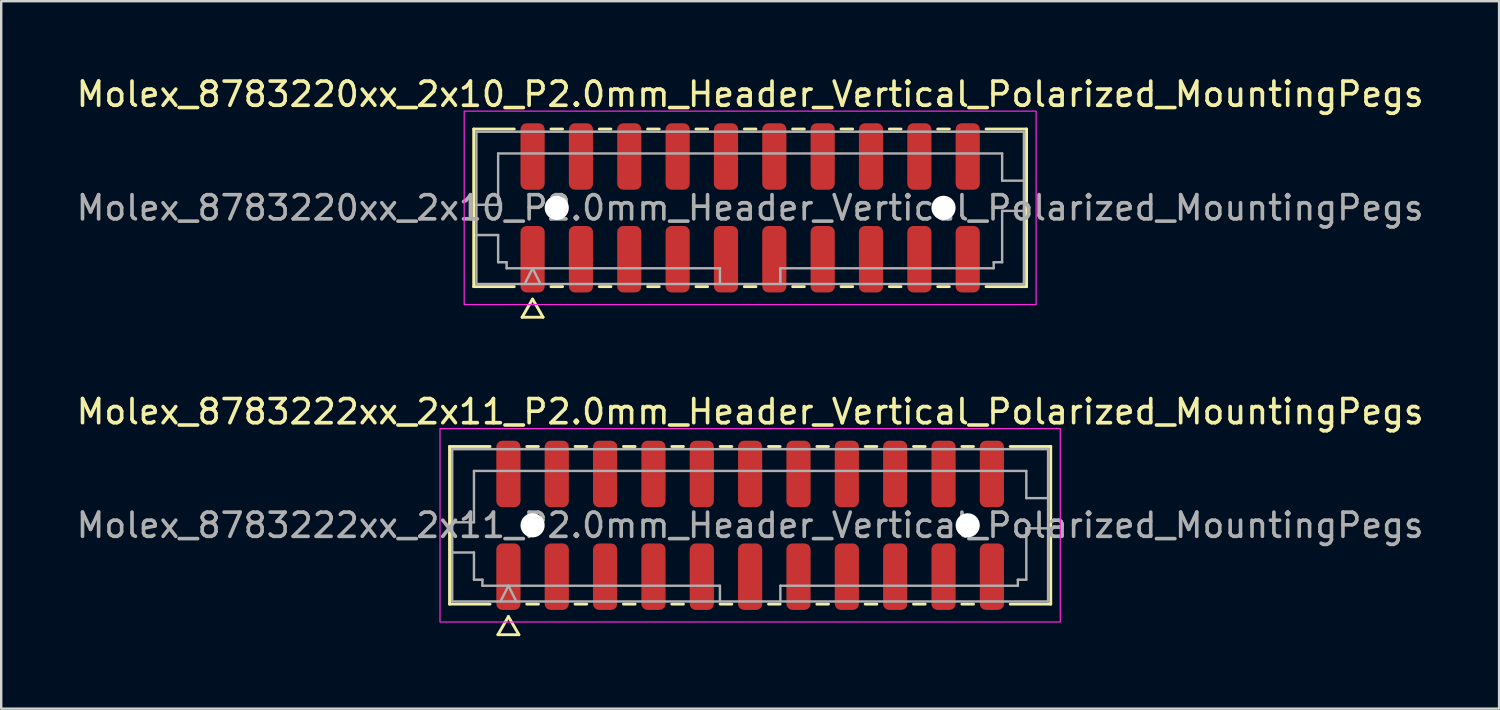
<source format=kicad_pcb>
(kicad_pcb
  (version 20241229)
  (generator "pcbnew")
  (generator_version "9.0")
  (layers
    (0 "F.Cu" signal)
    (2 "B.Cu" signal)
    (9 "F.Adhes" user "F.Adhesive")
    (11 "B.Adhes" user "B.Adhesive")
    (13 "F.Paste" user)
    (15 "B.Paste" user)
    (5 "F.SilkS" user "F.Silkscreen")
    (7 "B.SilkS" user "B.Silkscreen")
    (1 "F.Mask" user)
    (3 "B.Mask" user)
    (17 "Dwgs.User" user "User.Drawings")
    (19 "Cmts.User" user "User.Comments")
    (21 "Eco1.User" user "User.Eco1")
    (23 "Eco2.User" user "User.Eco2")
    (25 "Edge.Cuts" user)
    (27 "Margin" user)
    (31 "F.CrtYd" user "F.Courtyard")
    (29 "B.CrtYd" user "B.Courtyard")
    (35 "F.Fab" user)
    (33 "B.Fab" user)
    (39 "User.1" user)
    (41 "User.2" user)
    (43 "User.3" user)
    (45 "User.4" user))
  (footprint "Molex_8783222xx_2x11_P2.0mm_Header_Vertical_Polarized_MountingPegs"
    (layer "F.Cu")
    (at 27.982 18.681)
    (property "Reference" "Molex_8783222xx_2x11_P2.0mm_Header_Vertical_Polarized_MountingPegs" (at 0 -4.7 0) (layer "F.SilkS") (effects (font (size 1 1) (thickness 0.15))))
    (attr smd)
    (fp_line (start -12.435 -3.26) (end -10.76 -3.26) (stroke (width 0.12) (type solid)) (layer "F.SilkS"))
    (fp_line (start -12.435 3.26) (end -12.435 -3.26) (stroke (width 0.12) (type solid)) (layer "F.SilkS"))
    (fp_line (start -10.76 3.26) (end -12.435 3.26) (stroke (width 0.12) (type solid)) (layer "F.SilkS"))
    (fp_line (start -10.433 4.525) (end -10 3.775) (stroke (width 0.12) (type solid)) (layer "F.SilkS"))
    (fp_line (start -10 3.775) (end -9.567 4.525) (stroke (width 0.12) (type solid)) (layer "F.SilkS"))
    (fp_line (start -9.567 4.525) (end -10.433 4.525) (stroke (width 0.12) (type solid)) (layer "F.SilkS"))
    (fp_line (start -9.24 -3.26) (end -8.76 -3.26) (stroke (width 0.12) (type solid)) (layer "F.SilkS"))
    (fp_line (start -8.76 3.26) (end -9.24 3.26) (stroke (width 0.12) (type solid)) (layer "F.SilkS"))
    (fp_line (start -7.24 -3.26) (end -6.76 -3.26) (stroke (width 0.12) (type solid)) (layer "F.SilkS"))
    (fp_line (start -6.76 3.26) (end -7.24 3.26) (stroke (width 0.12) (type solid)) (layer "F.SilkS"))
    (fp_line (start -5.24 -3.26) (end -4.76 -3.26) (stroke (width 0.12) (type solid)) (layer "F.SilkS"))
    (fp_line (start -4.76 3.26) (end -5.24 3.26) (stroke (width 0.12) (type solid)) (layer "F.SilkS"))
    (fp_line (start -3.24 -3.26) (end -2.76 -3.26) (stroke (width 0.12) (type solid)) (layer "F.SilkS"))
    (fp_line (start -2.76 3.26) (end -3.24 3.26) (stroke (width 0.12) (type solid)) (layer "F.SilkS"))
    (fp_line (start -1.24 -3.26) (end -0.76 -3.26) (stroke (width 0.12) (type solid)) (layer "F.SilkS"))
    (fp_line (start -0.76 3.26) (end -1.24 3.26) (stroke (width 0.12) (type solid)) (layer "F.SilkS"))
    (fp_line (start 0.76 -3.26) (end 1.24 -3.26) (stroke (width 0.12) (type solid)) (layer "F.SilkS"))
    (fp_line (start 1.24 3.26) (end 0.76 3.26) (stroke (width 0.12) (type solid)) (layer "F.SilkS"))
    (fp_line (start 2.76 -3.26) (end 3.24 -3.26) (stroke (width 0.12) (type solid)) (layer "F.SilkS"))
    (fp_line (start 3.24 3.26) (end 2.76 3.26) (stroke (width 0.12) (type solid)) (layer "F.SilkS"))
    (fp_line (start 4.76 -3.26) (end 5.24 -3.26) (stroke (width 0.12) (type solid)) (layer "F.SilkS"))
    (fp_line (start 5.24 3.26) (end 4.76 3.26) (stroke (width 0.12) (type solid)) (layer "F.SilkS"))
    (fp_line (start 6.76 -3.26) (end 7.24 -3.26) (stroke (width 0.12) (type solid)) (layer "F.SilkS"))
    (fp_line (start 7.24 3.26) (end 6.76 3.26) (stroke (width 0.12) (type solid)) (layer "F.SilkS"))
    (fp_line (start 8.76 -3.26) (end 9.24 -3.26) (stroke (width 0.12) (type solid)) (layer "F.SilkS"))
    (fp_line (start 9.24 3.26) (end 8.76 3.26) (stroke (width 0.12) (type solid)) (layer "F.SilkS"))
    (fp_line (start 10.76 -3.26) (end 12.435 -3.26) (stroke (width 0.12) (type solid)) (layer "F.SilkS"))
    (fp_line (start 12.435 -3.26) (end 12.435 3.26) (stroke (width 0.12) (type solid)) (layer "F.SilkS"))
    (fp_line (start 12.435 3.26) (end 10.76 3.26) (stroke (width 0.12) (type solid)) (layer "F.SilkS"))
    (fp_rect (start -12.83 -4) (end 12.83 4) (stroke (width 0.05) (type solid)) (fill no) (layer "F.CrtYd"))
    (fp_line (start -12.325 -3.15) (end 12.325 -3.15) (stroke (width 0.1) (type solid)) (layer "F.Fab"))
    (fp_line (start -12.325 -0.125) (end -11.425 -0.125) (stroke (width 0.1) (type solid)) (layer "F.Fab"))
    (fp_line (start -12.325 1.125) (end -11.425 1.125) (stroke (width 0.1) (type solid)) (layer "F.Fab"))
    (fp_line (start -12.325 3.15) (end -12.325 -3.15) (stroke (width 0.1) (type solid)) (layer "F.Fab"))
    (fp_line (start -11.425 -2.25) (end 11.425 -2.25) (stroke (width 0.1) (type solid)) (layer "F.Fab"))
    (fp_line (start -11.425 -0.125) (end -11.425 -2.25) (stroke (width 0.1) (type solid)) (layer "F.Fab"))
    (fp_line (start -11.425 1.125) (end -11.425 2.25) (stroke (width 0.1) (type solid)) (layer "F.Fab"))
    (fp_line (start -11.425 2.25) (end -11.075 2.25) (stroke (width 0.1) (type solid)) (layer "F.Fab"))
    (fp_line (start -11.075 2.25) (end -11.075 2.5) (stroke (width 0.1) (type solid)) (layer "F.Fab"))
    (fp_line (start -11.075 2.5) (end -1.25 2.5) (stroke (width 0.1) (type solid)) (layer "F.Fab"))
    (fp_line (start -10.325 3.15) (end -10 2.5) (stroke (width 0.1) (type solid)) (layer "F.Fab"))
    (fp_line (start -10 2.5) (end -9.675 3.15) (stroke (width 0.1) (type solid)) (layer "F.Fab"))
    (fp_line (start -1.25 2.5) (end -1.25 3.15) (stroke (width 0.1) (type solid)) (layer "F.Fab"))
    (fp_line (start 1.25 2.5) (end 1.25 3.15) (stroke (width 0.1) (type solid)) (layer "F.Fab"))
    (fp_line (start 1.25 2.5) (end 11.075 2.5) (stroke (width 0.1) (type solid)) (layer "F.Fab"))
    (fp_line (start 11.075 2.25) (end 11.425 2.25) (stroke (width 0.1) (type solid)) (layer "F.Fab"))
    (fp_line (start 11.075 2.5) (end 11.075 2.25) (stroke (width 0.1) (type solid)) (layer "F.Fab"))
    (fp_line (start 11.425 -2.25) (end 11.425 -1.125) (stroke (width 0.1) (type solid)) (layer "F.Fab"))
    (fp_line (start 11.425 -1.125) (end 12.325 -1.125) (stroke (width 0.1) (type solid)) (layer "F.Fab"))
    (fp_line (start 11.425 0.125) (end 12.325 0.125) (stroke (width 0.1) (type solid)) (layer "F.Fab"))
    (fp_line (start 11.425 2.25) (end 11.425 0.125) (stroke (width 0.1) (type solid)) (layer "F.Fab"))
    (fp_line (start 12.325 -3.15) (end 12.325 3.15) (stroke (width 0.1) (type solid)) (layer "F.Fab"))
    (fp_line (start 12.325 3.15) (end -12.325 3.15) (stroke (width 0.1) (type solid)) (layer "F.Fab"))
    (fp_text user "${REFERENCE}" (at 0 0 0) (layer "F.Fab") (effects (font (size 1 1) (thickness 0.15))))
    (pad "" np_thru_hole circle (at -9 0) (size 1 1) (drill 1) (layers "*.Cu" "*.Mask"))
    (pad "" np_thru_hole circle (at 9 0) (size 1 1) (drill 1) (layers "*.Cu" "*.Mask"))
    (pad "1" smd roundrect (at -10 2.125) (size 1 2.75) (layers "F.Cu" "F.Mask" "F.Paste") (roundrect_rratio 0.25))
    (pad "2" smd roundrect (at -10 -2.125) (size 1 2.75) (layers "F.Cu" "F.Mask" "F.Paste") (roundrect_rratio 0.25))
    (pad "3" smd roundrect (at -8 2.125) (size 1 2.75) (layers "F.Cu" "F.Mask" "F.Paste") (roundrect_rratio 0.25))
    (pad "4" smd roundrect (at -8 -2.125) (size 1 2.75) (layers "F.Cu" "F.Mask" "F.Paste") (roundrect_rratio 0.25))
    (pad "5" smd roundrect (at -6 2.125) (size 1 2.75) (layers "F.Cu" "F.Mask" "F.Paste") (roundrect_rratio 0.25))
    (pad "6" smd roundrect (at -6 -2.125) (size 1 2.75) (layers "F.Cu" "F.Mask" "F.Paste") (roundrect_rratio 0.25))
    (pad "7" smd roundrect (at -4 2.125) (size 1 2.75) (layers "F.Cu" "F.Mask" "F.Paste") (roundrect_rratio 0.25))
    (pad "8" smd roundrect (at -4 -2.125) (size 1 2.75) (layers "F.Cu" "F.Mask" "F.Paste") (roundrect_rratio 0.25))
    (pad "9" smd roundrect (at -2 2.125) (size 1 2.75) (layers "F.Cu" "F.Mask" "F.Paste") (roundrect_rratio 0.25))
    (pad "10" smd roundrect (at -2 -2.125) (size 1 2.75) (layers "F.Cu" "F.Mask" "F.Paste") (roundrect_rratio 0.25))
    (pad "11" smd roundrect (at 0 2.125) (size 1 2.75) (layers "F.Cu" "F.Mask" "F.Paste") (roundrect_rratio 0.25))
    (pad "12" smd roundrect (at 0 -2.125) (size 1 2.75) (layers "F.Cu" "F.Mask" "F.Paste") (roundrect_rratio 0.25))
    (pad "13" smd roundrect (at 2 2.125) (size 1 2.75) (layers "F.Cu" "F.Mask" "F.Paste") (roundrect_rratio 0.25))
    (pad "14" smd roundrect (at 2 -2.125) (size 1 2.75) (layers "F.Cu" "F.Mask" "F.Paste") (roundrect_rratio 0.25))
    (pad "15" smd roundrect (at 4 2.125) (size 1 2.75) (layers "F.Cu" "F.Mask" "F.Paste") (roundrect_rratio 0.25))
    (pad "16" smd roundrect (at 4 -2.125) (size 1 2.75) (layers "F.Cu" "F.Mask" "F.Paste") (roundrect_rratio 0.25))
    (pad "17" smd roundrect (at 6 2.125) (size 1 2.75) (layers "F.Cu" "F.Mask" "F.Paste") (roundrect_rratio 0.25))
    (pad "18" smd roundrect (at 6 -2.125) (size 1 2.75) (layers "F.Cu" "F.Mask" "F.Paste") (roundrect_rratio 0.25))
    (pad "19" smd roundrect (at 8 2.125) (size 1 2.75) (layers "F.Cu" "F.Mask" "F.Paste") (roundrect_rratio 0.25))
    (pad "20" smd roundrect (at 8 -2.125) (size 1 2.75) (layers "F.Cu" "F.Mask" "F.Paste") (roundrect_rratio 0.25))
    (pad "21" smd roundrect (at 10 2.125) (size 1 2.75) (layers "F.Cu" "F.Mask" "F.Paste") (roundrect_rratio 0.25))
    (pad "22" smd roundrect (at 10 -2.125) (size 1 2.75) (layers "F.Cu" "F.Mask" "F.Paste") (roundrect_rratio 0.25)))
  (footprint "Molex_8783220xx_2x10_P2.0mm_Header_Vertical_Polarized_MountingPegs"
    (layer "F.Cu")
    (at 27.982 5.548)
    (property "Reference" "Molex_8783220xx_2x10_P2.0mm_Header_Vertical_Polarized_MountingPegs" (at 0 -4.7 0) (layer "F.SilkS") (effects (font (size 1 1) (thickness 0.15))))
    (attr smd)
    (fp_line (start -11.435 -3.26) (end -9.76 -3.26) (stroke (width 0.12) (type solid)) (layer "F.SilkS"))
    (fp_line (start -11.435 3.26) (end -11.435 -3.26) (stroke (width 0.12) (type solid)) (layer "F.SilkS"))
    (fp_line (start -9.76 3.26) (end -11.435 3.26) (stroke (width 0.12) (type solid)) (layer "F.SilkS"))
    (fp_line (start -9.433 4.525) (end -9 3.775) (stroke (width 0.12) (type solid)) (layer "F.SilkS"))
    (fp_line (start -9 3.775) (end -8.567 4.525) (stroke (width 0.12) (type solid)) (layer "F.SilkS"))
    (fp_line (start -8.567 4.525) (end -9.433 4.525) (stroke (width 0.12) (type solid)) (layer "F.SilkS"))
    (fp_line (start -8.24 -3.26) (end -7.76 -3.26) (stroke (width 0.12) (type solid)) (layer "F.SilkS"))
    (fp_line (start -7.76 3.26) (end -8.24 3.26) (stroke (width 0.12) (type solid)) (layer "F.SilkS"))
    (fp_line (start -6.24 -3.26) (end -5.76 -3.26) (stroke (width 0.12) (type solid)) (layer "F.SilkS"))
    (fp_line (start -5.76 3.26) (end -6.24 3.26) (stroke (width 0.12) (type solid)) (layer "F.SilkS"))
    (fp_line (start -4.24 -3.26) (end -3.76 -3.26) (stroke (width 0.12) (type solid)) (layer "F.SilkS"))
    (fp_line (start -3.76 3.26) (end -4.24 3.26) (stroke (width 0.12) (type solid)) (layer "F.SilkS"))
    (fp_line (start -2.24 -3.26) (end -1.76 -3.26) (stroke (width 0.12) (type solid)) (layer "F.SilkS"))
    (fp_line (start -1.76 3.26) (end -2.24 3.26) (stroke (width 0.12) (type solid)) (layer "F.SilkS"))
    (fp_line (start -0.24 -3.26) (end 0.24 -3.26) (stroke (width 0.12) (type solid)) (layer "F.SilkS"))
    (fp_line (start 0.24 3.26) (end -0.24 3.26) (stroke (width 0.12) (type solid)) (layer "F.SilkS"))
    (fp_line (start 1.76 -3.26) (end 2.24 -3.26) (stroke (width 0.12) (type solid)) (layer "F.SilkS"))
    (fp_line (start 2.24 3.26) (end 1.76 3.26) (stroke (width 0.12) (type solid)) (layer "F.SilkS"))
    (fp_line (start 3.76 -3.26) (end 4.24 -3.26) (stroke (width 0.12) (type solid)) (layer "F.SilkS"))
    (fp_line (start 4.24 3.26) (end 3.76 3.26) (stroke (width 0.12) (type solid)) (layer "F.SilkS"))
    (fp_line (start 5.76 -3.26) (end 6.24 -3.26) (stroke (width 0.12) (type solid)) (layer "F.SilkS"))
    (fp_line (start 6.24 3.26) (end 5.76 3.26) (stroke (width 0.12) (type solid)) (layer "F.SilkS"))
    (fp_line (start 7.76 -3.26) (end 8.24 -3.26) (stroke (width 0.12) (type solid)) (layer "F.SilkS"))
    (fp_line (start 8.24 3.26) (end 7.76 3.26) (stroke (width 0.12) (type solid)) (layer "F.SilkS"))
    (fp_line (start 9.76 -3.26) (end 11.435 -3.26) (stroke (width 0.12) (type solid)) (layer "F.SilkS"))
    (fp_line (start 11.435 -3.26) (end 11.435 3.26) (stroke (width 0.12) (type solid)) (layer "F.SilkS"))
    (fp_line (start 11.435 3.26) (end 9.76 3.26) (stroke (width 0.12) (type solid)) (layer "F.SilkS"))
    (fp_rect (start -11.83 -4) (end 11.83 4) (stroke (width 0.05) (type solid)) (fill no) (layer "F.CrtYd"))
    (fp_line (start -11.325 -3.15) (end 11.325 -3.15) (stroke (width 0.1) (type solid)) (layer "F.Fab"))
    (fp_line (start -11.325 -0.125) (end -10.425 -0.125) (stroke (width 0.1) (type solid)) (layer "F.Fab"))
    (fp_line (start -11.325 1.125) (end -10.425 1.125) (stroke (width 0.1) (type solid)) (layer "F.Fab"))
    (fp_line (start -11.325 3.15) (end -11.325 -3.15) (stroke (width 0.1) (type solid)) (layer "F.Fab"))
    (fp_line (start -10.425 -2.25) (end 10.425 -2.25) (stroke (width 0.1) (type solid)) (layer "F.Fab"))
    (fp_line (start -10.425 -0.125) (end -10.425 -2.25) (stroke (width 0.1) (type solid)) (layer "F.Fab"))
    (fp_line (start -10.425 1.125) (end -10.425 2.25) (stroke (width 0.1) (type solid)) (layer "F.Fab"))
    (fp_line (start -10.425 2.25) (end -10.075 2.25) (stroke (width 0.1) (type solid)) (layer "F.Fab"))
    (fp_line (start -10.075 2.25) (end -10.075 2.5) (stroke (width 0.1) (type solid)) (layer "F.Fab"))
    (fp_line (start -10.075 2.5) (end -1.25 2.5) (stroke (width 0.1) (type solid)) (layer "F.Fab"))
    (fp_line (start -9.325 3.15) (end -9 2.5) (stroke (width 0.1) (type solid)) (layer "F.Fab"))
    (fp_line (start -9 2.5) (end -8.675 3.15) (stroke (width 0.1) (type solid)) (layer "F.Fab"))
    (fp_line (start -1.25 2.5) (end -1.25 3.15) (stroke (width 0.1) (type solid)) (layer "F.Fab"))
    (fp_line (start 1.25 2.5) (end 1.25 3.15) (stroke (width 0.1) (type solid)) (layer "F.Fab"))
    (fp_line (start 1.25 2.5) (end 10.075 2.5) (stroke (width 0.1) (type solid)) (layer "F.Fab"))
    (fp_line (start 10.075 2.25) (end 10.425 2.25) (stroke (width 0.1) (type solid)) (layer "F.Fab"))
    (fp_line (start 10.075 2.5) (end 10.075 2.25) (stroke (width 0.1) (type solid)) (layer "F.Fab"))
    (fp_line (start 10.425 -2.25) (end 10.425 -1.125) (stroke (width 0.1) (type solid)) (layer "F.Fab"))
    (fp_line (start 10.425 -1.125) (end 11.325 -1.125) (stroke (width 0.1) (type solid)) (layer "F.Fab"))
    (fp_line (start 10.425 0.125) (end 11.325 0.125) (stroke (width 0.1) (type solid)) (layer "F.Fab"))
    (fp_line (start 10.425 2.25) (end 10.425 0.125) (stroke (width 0.1) (type solid)) (layer "F.Fab"))
    (fp_line (start 11.325 -3.15) (end 11.325 3.15) (stroke (width 0.1) (type solid)) (layer "F.Fab"))
    (fp_line (start 11.325 3.15) (end -11.325 3.15) (stroke (width 0.1) (type solid)) (layer "F.Fab"))
    (fp_text user "${REFERENCE}" (at 0 0 0) (layer "F.Fab") (effects (font (size 1 1) (thickness 0.15))))
    (pad "" np_thru_hole circle (at -8 0) (size 1 1) (drill 1) (layers "*.Cu" "*.Mask"))
    (pad "" np_thru_hole circle (at 8 0) (size 1 1) (drill 1) (layers "*.Cu" "*.Mask"))
    (pad "1" smd roundrect (at -9 2.125) (size 1 2.75) (layers "F.Cu" "F.Mask" "F.Paste") (roundrect_rratio 0.25))
    (pad "2" smd roundrect (at -9 -2.125) (size 1 2.75) (layers "F.Cu" "F.Mask" "F.Paste") (roundrect_rratio 0.25))
    (pad "3" smd roundrect (at -7 2.125) (size 1 2.75) (layers "F.Cu" "F.Mask" "F.Paste") (roundrect_rratio 0.25))
    (pad "4" smd roundrect (at -7 -2.125) (size 1 2.75) (layers "F.Cu" "F.Mask" "F.Paste") (roundrect_rratio 0.25))
    (pad "5" smd roundrect (at -5 2.125) (size 1 2.75) (layers "F.Cu" "F.Mask" "F.Paste") (roundrect_rratio 0.25))
    (pad "6" smd roundrect (at -5 -2.125) (size 1 2.75) (layers "F.Cu" "F.Mask" "F.Paste") (roundrect_rratio 0.25))
    (pad "7" smd roundrect (at -3 2.125) (size 1 2.75) (layers "F.Cu" "F.Mask" "F.Paste") (roundrect_rratio 0.25))
    (pad "8" smd roundrect (at -3 -2.125) (size 1 2.75) (layers "F.Cu" "F.Mask" "F.Paste") (roundrect_rratio 0.25))
    (pad "9" smd roundrect (at -1 2.125) (size 1 2.75) (layers "F.Cu" "F.Mask" "F.Paste") (roundrect_rratio 0.25))
    (pad "10" smd roundrect (at -1 -2.125) (size 1 2.75) (layers "F.Cu" "F.Mask" "F.Paste") (roundrect_rratio 0.25))
    (pad "11" smd roundrect (at 1 2.125) (size 1 2.75) (layers "F.Cu" "F.Mask" "F.Paste") (roundrect_rratio 0.25))
    (pad "12" smd roundrect (at 1 -2.125) (size 1 2.75) (layers "F.Cu" "F.Mask" "F.Paste") (roundrect_rratio 0.25))
    (pad "13" smd roundrect (at 3 2.125) (size 1 2.75) (layers "F.Cu" "F.Mask" "F.Paste") (roundrect_rratio 0.25))
    (pad "14" smd roundrect (at 3 -2.125) (size 1 2.75) (layers "F.Cu" "F.Mask" "F.Paste") (roundrect_rratio 0.25))
    (pad "15" smd roundrect (at 5 2.125) (size 1 2.75) (layers "F.Cu" "F.Mask" "F.Paste") (roundrect_rratio 0.25))
    (pad "16" smd roundrect (at 5 -2.125) (size 1 2.75) (layers "F.Cu" "F.Mask" "F.Paste") (roundrect_rratio 0.25))
    (pad "17" smd roundrect (at 7 2.125) (size 1 2.75) (layers "F.Cu" "F.Mask" "F.Paste") (roundrect_rratio 0.25))
    (pad "18" smd roundrect (at 7 -2.125) (size 1 2.75) (layers "F.Cu" "F.Mask" "F.Paste") (roundrect_rratio 0.25))
    (pad "19" smd roundrect (at 9 2.125) (size 1 2.75) (layers "F.Cu" "F.Mask" "F.Paste") (roundrect_rratio 0.25))
    (pad "20" smd roundrect (at 9 -2.125) (size 1 2.75) (layers "F.Cu" "F.Mask" "F.Paste") (roundrect_rratio 0.25)))
  (gr_rect
    (start -3 -3)
    (end 58.964 26.267)
    (stroke (width 0.1) (type default))
    (fill no)
    (layer "Edge.Cuts")))
</source>
